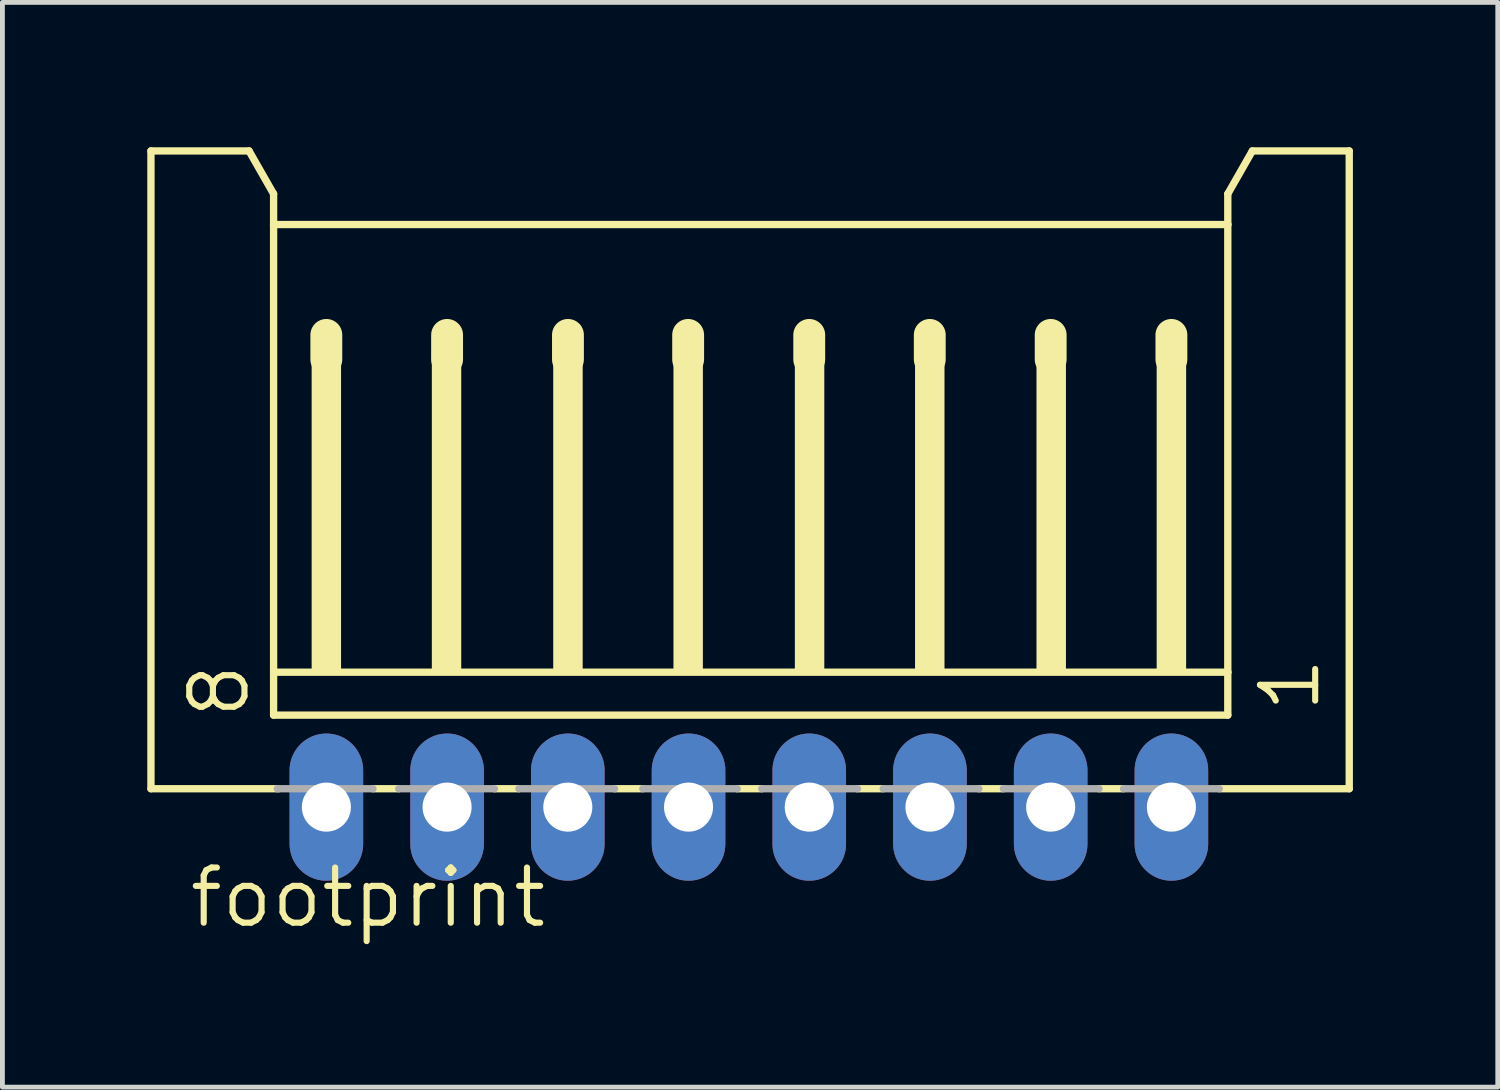
<source format=kicad_pcb>
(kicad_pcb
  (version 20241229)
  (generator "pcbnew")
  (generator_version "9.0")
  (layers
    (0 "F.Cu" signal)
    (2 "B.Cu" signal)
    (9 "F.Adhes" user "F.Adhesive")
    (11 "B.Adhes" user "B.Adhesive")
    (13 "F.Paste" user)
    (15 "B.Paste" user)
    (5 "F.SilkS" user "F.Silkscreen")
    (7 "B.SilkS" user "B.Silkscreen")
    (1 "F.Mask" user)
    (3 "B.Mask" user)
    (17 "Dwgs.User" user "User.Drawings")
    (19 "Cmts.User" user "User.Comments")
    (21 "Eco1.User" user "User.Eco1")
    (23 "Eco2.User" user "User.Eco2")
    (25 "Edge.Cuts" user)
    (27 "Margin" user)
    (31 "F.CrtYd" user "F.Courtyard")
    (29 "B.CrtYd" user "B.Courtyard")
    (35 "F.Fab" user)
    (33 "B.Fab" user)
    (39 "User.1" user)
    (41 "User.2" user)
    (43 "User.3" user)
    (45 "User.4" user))
  (footprint "footprint"
    (layer "F.Cu")
    (at 12.459 7.415)
    (property "Reference" "footprint" (at -11.646 8.79 0) (layer "F.SilkS") (effects (font (size 1.143 1.143) (thickness 0.127)) (justify left bottom)))
    (fp_line (start -12.383 -7.339) (end -10.351 -7.339) (stroke (width 0.152) (type solid)) (layer "F.SilkS"))
    (fp_line (start -12.383 5.869) (end -12.383 -7.339) (stroke (width 0.152) (type solid)) (layer "F.SilkS"))
    (fp_line (start -10.351 -7.339) (end -9.843 -6.45) (stroke (width 0.152) (type solid)) (layer "F.SilkS"))
    (fp_line (start -9.843 -6.45) (end -9.843 -5.815) (stroke (width 0.152) (type solid)) (layer "F.SilkS"))
    (fp_line (start -9.843 -5.815) (end -9.843 3.456) (stroke (width 0.152) (type solid)) (layer "F.SilkS"))
    (fp_line (start -9.843 3.456) (end -9.843 4.345) (stroke (width 0.152) (type solid)) (layer "F.SilkS"))
    (fp_line (start -9.741 5.869) (end -12.383 5.869) (stroke (width 0.152) (type solid)) (layer "F.SilkS"))
    (fp_line (start -8.751 -3.529) (end -8.751 -3.021) (stroke (width 0.66) (type solid)) (layer "F.SilkS"))
    (fp_line (start -7.252 5.869) (end -7.785 5.869) (stroke (width 0.152) (type solid)) (layer "F.SilkS"))
    (fp_line (start -6.25 -3.529) (end -6.25 -3.021) (stroke (width 0.66) (type solid)) (layer "F.SilkS"))
    (fp_line (start -4.763 5.869) (end -5.271 5.869) (stroke (width 0.152) (type solid)) (layer "F.SilkS"))
    (fp_line (start -3.747 -3.529) (end -3.747 -3.021) (stroke (width 0.66) (type solid)) (layer "F.SilkS"))
    (fp_line (start -2.197 5.869) (end -2.782 5.869) (stroke (width 0.152) (type solid)) (layer "F.SilkS"))
    (fp_line (start -1.258 -3.529) (end -1.258 -3.021) (stroke (width 0.66) (type solid)) (layer "F.SilkS"))
    (fp_line (start 0.266 5.869) (end -0.242 5.869) (stroke (width 0.152) (type solid)) (layer "F.SilkS"))
    (fp_line (start 1.25 -3.529) (end 1.25 -3.021) (stroke (width 0.66) (type solid)) (layer "F.SilkS"))
    (fp_line (start 2.781 5.869) (end 2.248 5.869) (stroke (width 0.152) (type solid)) (layer "F.SilkS"))
    (fp_line (start 3.746 -3.529) (end 3.746 -3.021) (stroke (width 0.66) (type solid)) (layer "F.SilkS"))
    (fp_line (start 5.27 5.869) (end 4.762 5.869) (stroke (width 0.152) (type solid)) (layer "F.SilkS"))
    (fp_line (start 6.25 -3.529) (end 6.25 -3.021) (stroke (width 0.66) (type solid)) (layer "F.SilkS"))
    (fp_line (start 7.759 5.869) (end 7.251 5.869) (stroke (width 0.152) (type solid)) (layer "F.SilkS"))
    (fp_line (start 8.75 -3.529) (end 8.75 -3.021) (stroke (width 0.66) (type solid)) (layer "F.SilkS"))
    (fp_line (start 9.918 -6.45) (end 9.918 -5.815) (stroke (width 0.152) (type solid)) (layer "F.SilkS"))
    (fp_line (start 9.918 -6.45) (end 10.426 -7.339) (stroke (width 0.152) (type solid)) (layer "F.SilkS"))
    (fp_line (start 9.918 -5.815) (end -9.843 -5.815) (stroke (width 0.152) (type solid)) (layer "F.SilkS"))
    (fp_line (start 9.918 -5.815) (end 9.918 3.456) (stroke (width 0.152) (type solid)) (layer "F.SilkS"))
    (fp_line (start 9.918 3.456) (end -9.843 3.456) (stroke (width 0.152) (type solid)) (layer "F.SilkS"))
    (fp_line (start 9.918 3.456) (end 9.918 4.345) (stroke (width 0.152) (type solid)) (layer "F.SilkS"))
    (fp_line (start 9.918 4.345) (end -9.843 4.345) (stroke (width 0.152) (type solid)) (layer "F.SilkS"))
    (fp_line (start 12.433 -7.339) (end 10.426 -7.339) (stroke (width 0.152) (type solid)) (layer "F.SilkS"))
    (fp_line (start 12.433 5.869) (end 9.741 5.869) (stroke (width 0.152) (type solid)) (layer "F.SilkS"))
    (fp_line (start 12.433 5.869) (end 12.433 -7.339) (stroke (width 0.152) (type solid)) (layer "F.SilkS"))
    (fp_poly (pts (xy -9.055 3.456) (xy -8.446 3.456) (xy -8.446 -3.148) (xy -9.055 -3.148)) (stroke (width 0) (type solid)) (fill yes) (layer "F.SilkS"))
    (fp_poly (pts (xy -6.566 3.456) (xy -5.957 3.456) (xy -5.957 -3.148) (xy -6.566 -3.148)) (stroke (width 0) (type solid)) (fill yes) (layer "F.SilkS"))
    (fp_poly (pts (xy -4.052 3.456) (xy -3.442 3.456) (xy -3.442 -3.148) (xy -4.052 -3.148)) (stroke (width 0) (type solid)) (fill yes) (layer "F.SilkS"))
    (fp_poly (pts (xy -1.562 3.456) (xy -0.953 3.456) (xy -0.953 -3.148) (xy -1.562 -3.148)) (stroke (width 0) (type solid)) (fill yes) (layer "F.SilkS"))
    (fp_poly (pts (xy 0.952 3.456) (xy 1.562 3.456) (xy 1.562 -3.148) (xy 0.952 -3.148)) (stroke (width 0) (type solid)) (fill yes) (layer "F.SilkS"))
    (fp_poly (pts (xy 3.441 3.456) (xy 4.051 3.456) (xy 4.051 -3.148) (xy 3.441 -3.148)) (stroke (width 0) (type solid)) (fill yes) (layer "F.SilkS"))
    (fp_poly (pts (xy 5.956 3.456) (xy 6.566 3.456) (xy 6.566 -3.148) (xy 5.956 -3.148)) (stroke (width 0) (type solid)) (fill yes) (layer "F.SilkS"))
    (fp_poly (pts (xy 8.445 3.456) (xy 9.055 3.456) (xy 9.055 -3.148) (xy 8.445 -3.148)) (stroke (width 0) (type solid)) (fill yes) (layer "F.SilkS"))
    (fp_line (start -9.767 5.869) (end -7.785 5.869) (stroke (width 0.152) (type solid)) (layer "F.Fab"))
    (fp_line (start -7.252 5.869) (end -5.271 5.869) (stroke (width 0.152) (type solid)) (layer "F.Fab"))
    (fp_line (start -4.763 5.869) (end -2.782 5.869) (stroke (width 0.152) (type solid)) (layer "F.Fab"))
    (fp_line (start -2.197 5.869) (end -0.242 5.869) (stroke (width 0.152) (type solid)) (layer "F.Fab"))
    (fp_line (start 0.266 5.869) (end 2.248 5.869) (stroke (width 0.152) (type solid)) (layer "F.Fab"))
    (fp_line (start 2.781 5.869) (end 4.762 5.869) (stroke (width 0.152) (type solid)) (layer "F.Fab"))
    (fp_line (start 5.27 5.869) (end 7.251 5.869) (stroke (width 0.152) (type solid)) (layer "F.Fab"))
    (fp_line (start 7.759 5.869) (end 9.741 5.869) (stroke (width 0.152) (type solid)) (layer "F.Fab"))
    (fp_poly (pts (xy -9.055 6.504) (xy -8.446 6.504) (xy -8.446 5.869) (xy -9.055 5.869)) (stroke (width 0.1) (type solid)) (fill no) (layer "F.Fab"))
    (fp_poly (pts (xy -6.566 6.504) (xy -5.957 6.504) (xy -5.957 5.869) (xy -6.566 5.869)) (stroke (width 0.1) (type solid)) (fill no) (layer "F.Fab"))
    (fp_poly (pts (xy -4.052 6.504) (xy -3.442 6.504) (xy -3.442 5.869) (xy -4.052 5.869)) (stroke (width 0.1) (type solid)) (fill no) (layer "F.Fab"))
    (fp_poly (pts (xy -1.562 6.504) (xy -0.953 6.504) (xy -0.953 5.869) (xy -1.562 5.869)) (stroke (width 0.1) (type solid)) (fill no) (layer "F.Fab"))
    (fp_poly (pts (xy 0.952 6.504) (xy 1.562 6.504) (xy 1.562 5.869) (xy 0.952 5.869)) (stroke (width 0.1) (type solid)) (fill no) (layer "F.Fab"))
    (fp_poly (pts (xy 3.441 6.504) (xy 4.051 6.504) (xy 4.051 5.869) (xy 3.441 5.869)) (stroke (width 0.1) (type solid)) (fill no) (layer "F.Fab"))
    (fp_poly (pts (xy 5.956 6.504) (xy 6.566 6.504) (xy 6.566 5.869) (xy 5.956 5.869)) (stroke (width 0.1) (type solid)) (fill no) (layer "F.Fab"))
    (fp_poly (pts (xy 8.445 6.504) (xy 9.055 6.504) (xy 9.055 5.869) (xy 8.445 5.869)) (stroke (width 0.1) (type solid)) (fill no) (layer "F.Fab"))
    (fp_text user "8" (at -10.3 4.472 90) (layer "F.SilkS") (effects (font (size 1.143 1.143) (thickness 0.127)) (justify left bottom)))
    (fp_text user "1" (at 11.874 4.345 90) (layer "F.SilkS") (effects (font (size 1.143 1.143) (thickness 0.127)) (justify left bottom)))
    (pad "1" thru_hole oval (at 8.75 6.25 90) (size 3.048 1.524) (drill 1.016) (layers "*.Cu" "*.Mask"))
    (pad "2" thru_hole oval (at 6.25 6.25 90) (size 3.048 1.524) (drill 1.016) (layers "*.Cu" "*.Mask"))
    (pad "3" thru_hole oval (at 3.75 6.25 90) (size 3.048 1.524) (drill 1.016) (layers "*.Cu" "*.Mask"))
    (pad "4" thru_hole oval (at 1.25 6.25 90) (size 3.048 1.524) (drill 1.016) (layers "*.Cu" "*.Mask"))
    (pad "5" thru_hole oval (at -1.25 6.25 90) (size 3.048 1.524) (drill 1.016) (layers "*.Cu" "*.Mask"))
    (pad "6" thru_hole oval (at -3.75 6.25 90) (size 3.048 1.524) (drill 1.016) (layers "*.Cu" "*.Mask"))
    (pad "7" thru_hole oval (at -6.25 6.25 90) (size 3.048 1.524) (drill 1.016) (layers "*.Cu" "*.Mask"))
    (pad "8" thru_hole oval (at -8.75 6.25 90) (size 3.048 1.524) (drill 1.016) (layers "*.Cu" "*.Mask")))
  (gr_rect
    (start -3 -3)
    (end 27.968 19.464)
    (stroke (width 0.1) (type default))
    (fill no)
    (layer "Edge.Cuts")))
</source>
